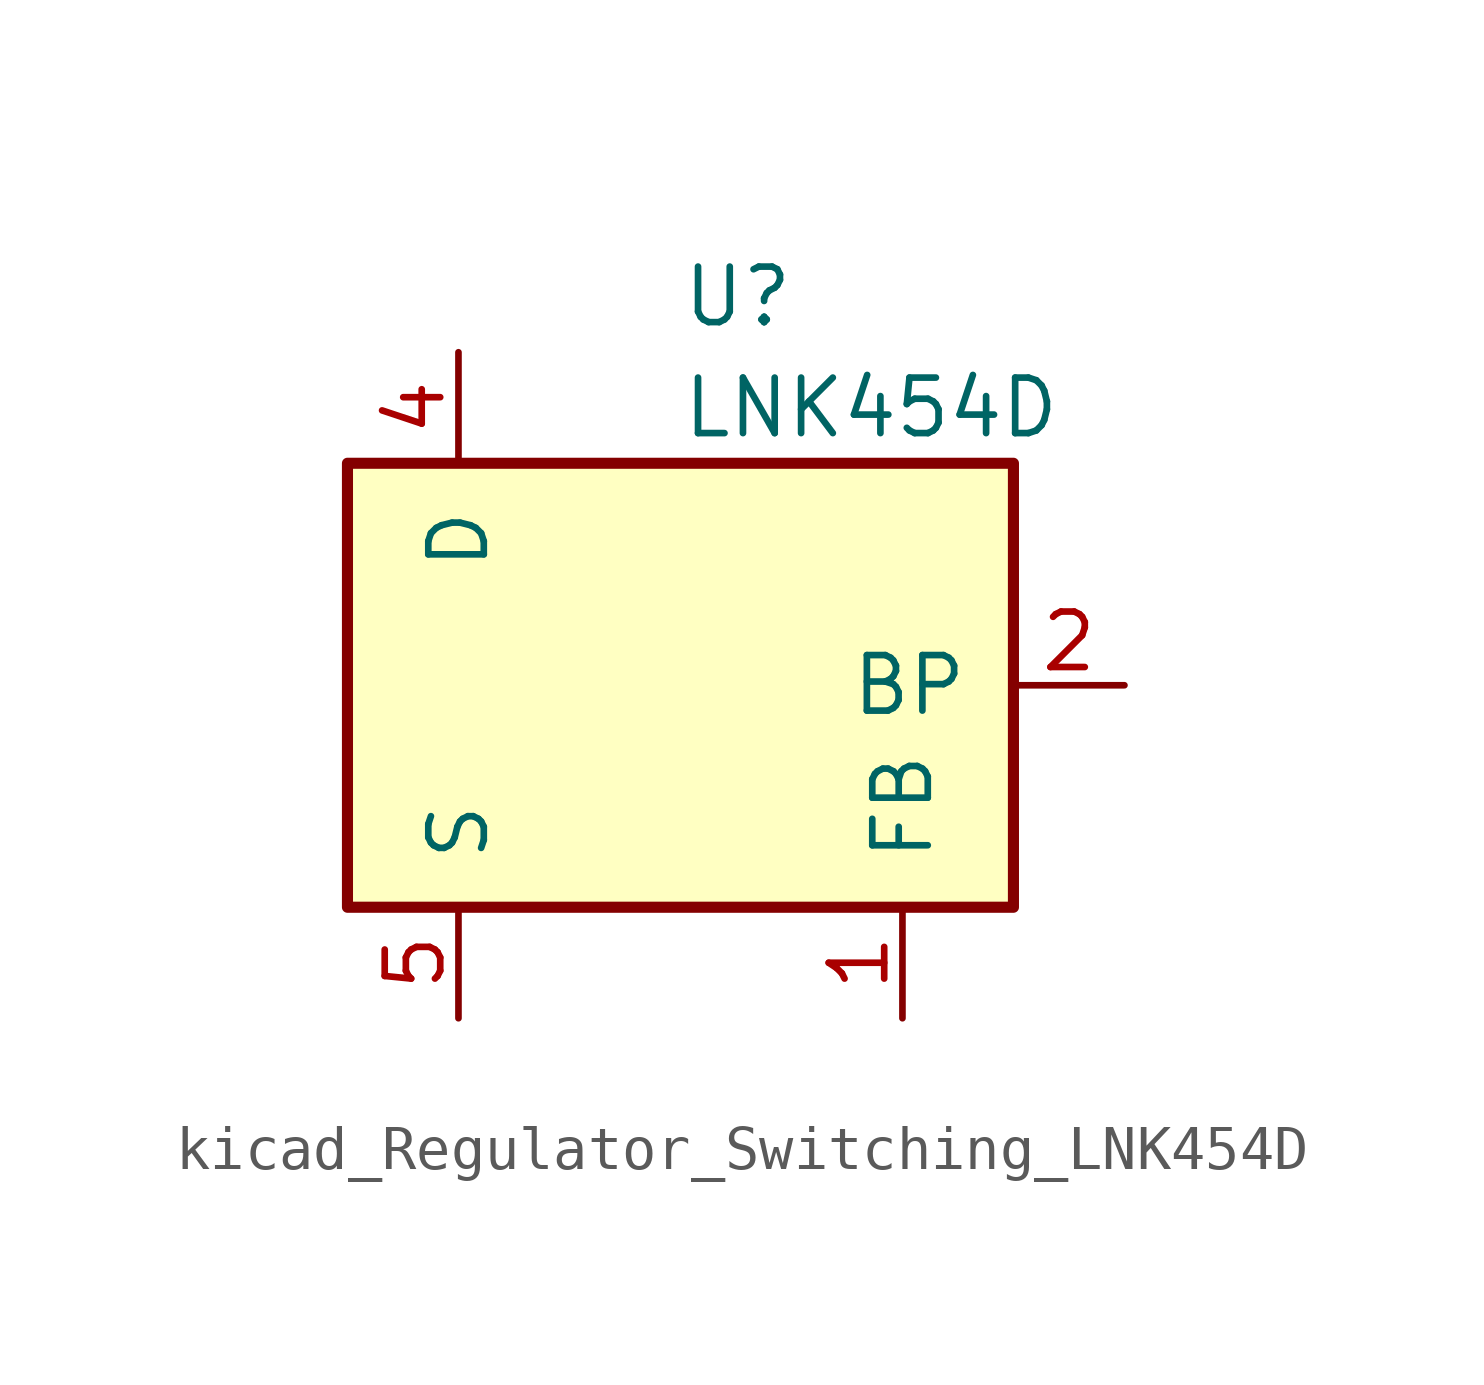
<source format=kicad_sym>
(kicad_symbol_lib
  (version 20220914)
  (generator kicad_symbol_editor)
  (symbol "kicad_Regulator_Switching_LNK454D"
    (pin_names
      (offset 1.016))
    (property "Reference" "U"
      (at 0 8.89 0)
      (effects (font (size 1.27 1.27)) (justify left)))
    (property "Value" "LNK454D"
      (at 0 6.35 0)
      (effects (font (size 1.27 1.27)) (justify left)))
    (symbol "kicad_Regulator_Switching_LNK454D_0_1"
      (rectangle (start -7.62 5.08) (end 7.62 -5.08) (stroke (width 0.254) (type default)) (fill (type background))))
    (symbol "kicad_Regulator_Switching_LNK454D_1_1"
      (pin input line (at 5.08 -7.62 90) (length 2.54) (name "FB" (effects (font (size 1.27 1.27)))) (number "1" (effects (font (size 1.27 1.27)))))
      (pin input line (at 10.16 0 180) (length 2.54) (name "BP" (effects (font (size 1.27 1.27)))) (number "2" (effects (font (size 1.27 1.27)))))
      (pin open_collector line (at -5.08 7.62 270) (length 2.54) (name "D" (effects (font (size 1.27 1.27)))) (number "4" (effects (font (size 1.27 1.27)))))
      (pin power_in line (at -5.08 -7.62 90) (length 2.54) (name "S" (effects (font (size 1.27 1.27)))) (number "5" (effects (font (size 1.27 1.27)))))
      (pin passive line (at -5.08 -7.62 90) (length 2.54) hide (name "S" (effects (font (size 1.27 1.27)))) (number "6" (effects (font (size 1.27 1.27)))))
      (pin passive line (at -5.08 -7.62 90) (length 2.54) hide (name "S" (effects (font (size 1.27 1.27)))) (number "7" (effects (font (size 1.27 1.27)))))
      (pin passive line (at -5.08 -7.62 90) (length 2.54) hide (name "S" (effects (font (size 1.27 1.27)))) (number "8" (effects (font (size 1.27 1.27))))))))
</source>
